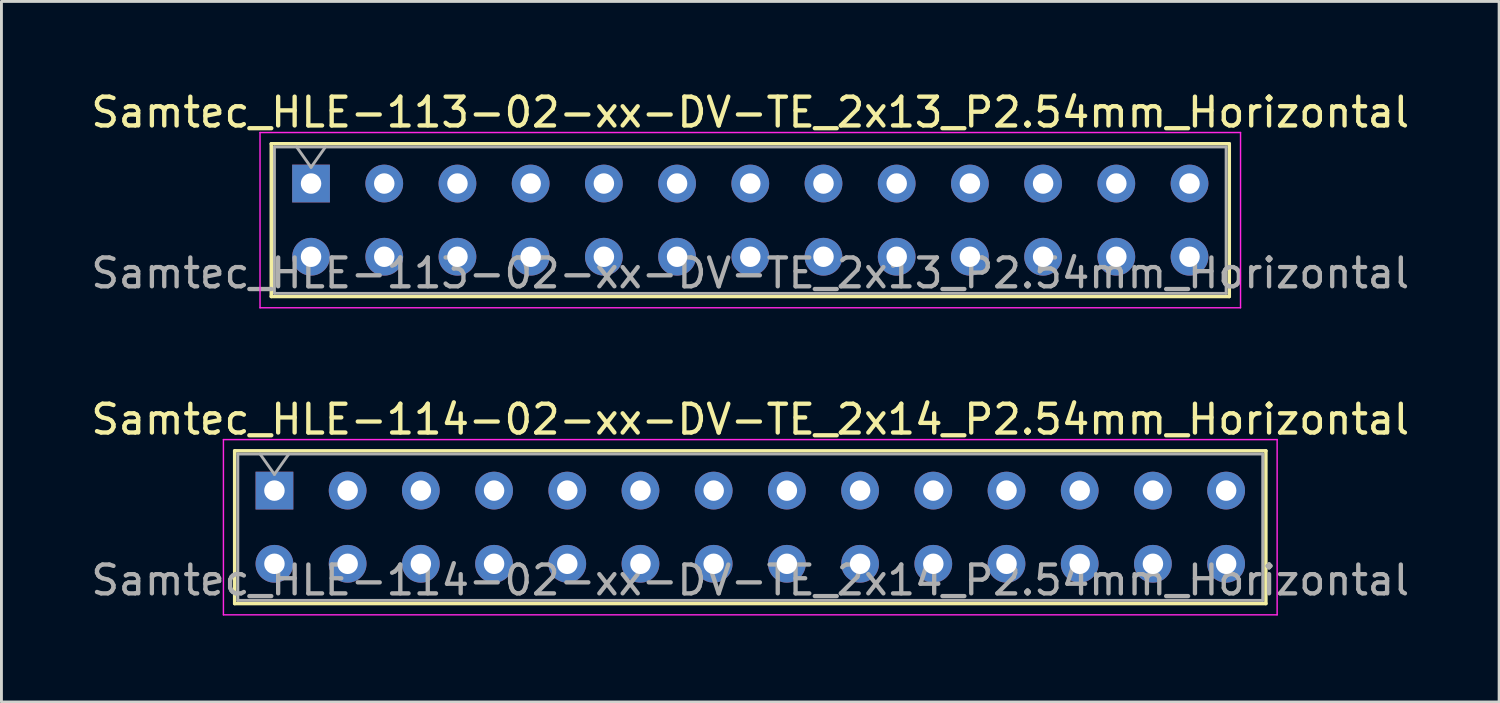
<source format=kicad_pcb>
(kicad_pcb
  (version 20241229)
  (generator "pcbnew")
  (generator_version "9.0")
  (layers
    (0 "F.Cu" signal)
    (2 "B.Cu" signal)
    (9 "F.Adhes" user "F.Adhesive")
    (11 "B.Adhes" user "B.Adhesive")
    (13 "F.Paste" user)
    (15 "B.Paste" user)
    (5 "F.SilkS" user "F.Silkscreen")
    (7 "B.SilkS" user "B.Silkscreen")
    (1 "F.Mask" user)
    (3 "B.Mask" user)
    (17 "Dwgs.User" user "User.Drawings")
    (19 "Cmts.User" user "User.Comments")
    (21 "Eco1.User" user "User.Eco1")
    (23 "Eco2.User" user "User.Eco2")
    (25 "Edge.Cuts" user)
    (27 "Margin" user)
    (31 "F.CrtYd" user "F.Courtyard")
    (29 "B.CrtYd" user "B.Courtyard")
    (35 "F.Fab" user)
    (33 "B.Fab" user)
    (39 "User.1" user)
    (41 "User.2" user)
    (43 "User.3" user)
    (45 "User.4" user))
  (footprint "Samtec_HLE-113-02-xx-DV-TE_2x13_P2.54mm_Horizontal"
    (layer "F.Cu")
    (at 7.742 3.318)
    (property "Reference" "Samtec_HLE-113-02-xx-DV-TE_2x13_P2.54mm_Horizontal" (at 15.24 -2.47 0) (layer "F.SilkS") (effects (font (size 1 1) (thickness 0.15))))
    (attr through_hole)
    (fp_line (start -1.38 -1.38) (end 31.86 -1.38) (stroke (width 0.12) (type solid)) (layer "F.SilkS"))
    (fp_line (start -1.38 3.92) (end -1.38 -1.38) (stroke (width 0.12) (type solid)) (layer "F.SilkS"))
    (fp_line (start 31.86 -1.38) (end 31.86 3.92) (stroke (width 0.12) (type solid)) (layer "F.SilkS"))
    (fp_line (start 31.86 3.92) (end -1.38 3.92) (stroke (width 0.12) (type solid)) (layer "F.SilkS"))
    (fp_line (start -1.77 -1.77) (end 32.25 -1.77) (stroke (width 0.05) (type solid)) (layer "F.CrtYd"))
    (fp_line (start -1.77 4.31) (end -1.77 -1.77) (stroke (width 0.05) (type solid)) (layer "F.CrtYd"))
    (fp_line (start 32.25 -1.77) (end 32.25 4.31) (stroke (width 0.05) (type solid)) (layer "F.CrtYd"))
    (fp_line (start 32.25 4.31) (end -1.77 4.31) (stroke (width 0.05) (type solid)) (layer "F.CrtYd"))
    (fp_line (start -1.27 -1.27) (end 31.75 -1.27) (stroke (width 0.1) (type solid)) (layer "F.Fab"))
    (fp_line (start -1.27 3.81) (end -1.27 -1.27) (stroke (width 0.1) (type solid)) (layer "F.Fab"))
    (fp_line (start -0.5 -1.27) (end 0 -0.563) (stroke (width 0.1) (type solid)) (layer "F.Fab"))
    (fp_line (start 0 -0.563) (end 0.5 -1.27) (stroke (width 0.1) (type solid)) (layer "F.Fab"))
    (fp_line (start 31.75 -1.27) (end 31.75 3.81) (stroke (width 0.1) (type solid)) (layer "F.Fab"))
    (fp_line (start 31.75 3.81) (end -1.27 3.81) (stroke (width 0.1) (type solid)) (layer "F.Fab"))
    (fp_text user "${REFERENCE}" (at 15.24 3.11 0) (layer "F.Fab") (effects (font (size 1 1) (thickness 0.15))))
    (pad "1" thru_hole rect (at 0 0) (size 1.31 1.31) (drill 0.71) (layers "*.Cu" "*.Mask"))
    (pad "2" thru_hole circle (at 0 2.54) (size 1.31 1.31) (drill 0.71) (layers "*.Cu" "*.Mask"))
    (pad "3" thru_hole circle (at 2.54 0) (size 1.31 1.31) (drill 0.71) (layers "*.Cu" "*.Mask"))
    (pad "4" thru_hole circle (at 2.54 2.54) (size 1.31 1.31) (drill 0.71) (layers "*.Cu" "*.Mask"))
    (pad "5" thru_hole circle (at 5.08 0) (size 1.31 1.31) (drill 0.71) (layers "*.Cu" "*.Mask"))
    (pad "6" thru_hole circle (at 5.08 2.54) (size 1.31 1.31) (drill 0.71) (layers "*.Cu" "*.Mask"))
    (pad "7" thru_hole circle (at 7.62 0) (size 1.31 1.31) (drill 0.71) (layers "*.Cu" "*.Mask"))
    (pad "8" thru_hole circle (at 7.62 2.54) (size 1.31 1.31) (drill 0.71) (layers "*.Cu" "*.Mask"))
    (pad "9" thru_hole circle (at 10.16 0) (size 1.31 1.31) (drill 0.71) (layers "*.Cu" "*.Mask"))
    (pad "10" thru_hole circle (at 10.16 2.54) (size 1.31 1.31) (drill 0.71) (layers "*.Cu" "*.Mask"))
    (pad "11" thru_hole circle (at 12.7 0) (size 1.31 1.31) (drill 0.71) (layers "*.Cu" "*.Mask"))
    (pad "12" thru_hole circle (at 12.7 2.54) (size 1.31 1.31) (drill 0.71) (layers "*.Cu" "*.Mask"))
    (pad "13" thru_hole circle (at 15.24 0) (size 1.31 1.31) (drill 0.71) (layers "*.Cu" "*.Mask"))
    (pad "14" thru_hole circle (at 15.24 2.54) (size 1.31 1.31) (drill 0.71) (layers "*.Cu" "*.Mask"))
    (pad "15" thru_hole circle (at 17.78 0) (size 1.31 1.31) (drill 0.71) (layers "*.Cu" "*.Mask"))
    (pad "16" thru_hole circle (at 17.78 2.54) (size 1.31 1.31) (drill 0.71) (layers "*.Cu" "*.Mask"))
    (pad "17" thru_hole circle (at 20.32 0) (size 1.31 1.31) (drill 0.71) (layers "*.Cu" "*.Mask"))
    (pad "18" thru_hole circle (at 20.32 2.54) (size 1.31 1.31) (drill 0.71) (layers "*.Cu" "*.Mask"))
    (pad "19" thru_hole circle (at 22.86 0) (size 1.31 1.31) (drill 0.71) (layers "*.Cu" "*.Mask"))
    (pad "20" thru_hole circle (at 22.86 2.54) (size 1.31 1.31) (drill 0.71) (layers "*.Cu" "*.Mask"))
    (pad "21" thru_hole circle (at 25.4 0) (size 1.31 1.31) (drill 0.71) (layers "*.Cu" "*.Mask"))
    (pad "22" thru_hole circle (at 25.4 2.54) (size 1.31 1.31) (drill 0.71) (layers "*.Cu" "*.Mask"))
    (pad "23" thru_hole circle (at 27.94 0) (size 1.31 1.31) (drill 0.71) (layers "*.Cu" "*.Mask"))
    (pad "24" thru_hole circle (at 27.94 2.54) (size 1.31 1.31) (drill 0.71) (layers "*.Cu" "*.Mask"))
    (pad "25" thru_hole circle (at 30.48 0) (size 1.31 1.31) (drill 0.71) (layers "*.Cu" "*.Mask"))
    (pad "26" thru_hole circle (at 30.48 2.54) (size 1.31 1.31) (drill 0.71) (layers "*.Cu" "*.Mask")))
  (footprint "Samtec_HLE-114-02-xx-DV-TE_2x14_P2.54mm_Horizontal"
    (layer "F.Cu")
    (at 6.472 13.972)
    (property "Reference" "Samtec_HLE-114-02-xx-DV-TE_2x14_P2.54mm_Horizontal" (at 16.51 -2.47 0) (layer "F.SilkS") (effects (font (size 1 1) (thickness 0.15))))
    (attr through_hole)
    (fp_line (start -1.38 -1.38) (end 34.4 -1.38) (stroke (width 0.12) (type solid)) (layer "F.SilkS"))
    (fp_line (start -1.38 3.92) (end -1.38 -1.38) (stroke (width 0.12) (type solid)) (layer "F.SilkS"))
    (fp_line (start 34.4 -1.38) (end 34.4 3.92) (stroke (width 0.12) (type solid)) (layer "F.SilkS"))
    (fp_line (start 34.4 3.92) (end -1.38 3.92) (stroke (width 0.12) (type solid)) (layer "F.SilkS"))
    (fp_line (start -1.77 -1.77) (end 34.79 -1.77) (stroke (width 0.05) (type solid)) (layer "F.CrtYd"))
    (fp_line (start -1.77 4.31) (end -1.77 -1.77) (stroke (width 0.05) (type solid)) (layer "F.CrtYd"))
    (fp_line (start 34.79 -1.77) (end 34.79 4.31) (stroke (width 0.05) (type solid)) (layer "F.CrtYd"))
    (fp_line (start 34.79 4.31) (end -1.77 4.31) (stroke (width 0.05) (type solid)) (layer "F.CrtYd"))
    (fp_line (start -1.27 -1.27) (end 34.29 -1.27) (stroke (width 0.1) (type solid)) (layer "F.Fab"))
    (fp_line (start -1.27 3.81) (end -1.27 -1.27) (stroke (width 0.1) (type solid)) (layer "F.Fab"))
    (fp_line (start -0.5 -1.27) (end 0 -0.563) (stroke (width 0.1) (type solid)) (layer "F.Fab"))
    (fp_line (start 0 -0.563) (end 0.5 -1.27) (stroke (width 0.1) (type solid)) (layer "F.Fab"))
    (fp_line (start 34.29 -1.27) (end 34.29 3.81) (stroke (width 0.1) (type solid)) (layer "F.Fab"))
    (fp_line (start 34.29 3.81) (end -1.27 3.81) (stroke (width 0.1) (type solid)) (layer "F.Fab"))
    (fp_text user "${REFERENCE}" (at 16.51 3.11 0) (layer "F.Fab") (effects (font (size 1 1) (thickness 0.15))))
    (pad "1" thru_hole rect (at 0 0) (size 1.31 1.31) (drill 0.71) (layers "*.Cu" "*.Mask"))
    (pad "2" thru_hole circle (at 0 2.54) (size 1.31 1.31) (drill 0.71) (layers "*.Cu" "*.Mask"))
    (pad "3" thru_hole circle (at 2.54 0) (size 1.31 1.31) (drill 0.71) (layers "*.Cu" "*.Mask"))
    (pad "4" thru_hole circle (at 2.54 2.54) (size 1.31 1.31) (drill 0.71) (layers "*.Cu" "*.Mask"))
    (pad "5" thru_hole circle (at 5.08 0) (size 1.31 1.31) (drill 0.71) (layers "*.Cu" "*.Mask"))
    (pad "6" thru_hole circle (at 5.08 2.54) (size 1.31 1.31) (drill 0.71) (layers "*.Cu" "*.Mask"))
    (pad "7" thru_hole circle (at 7.62 0) (size 1.31 1.31) (drill 0.71) (layers "*.Cu" "*.Mask"))
    (pad "8" thru_hole circle (at 7.62 2.54) (size 1.31 1.31) (drill 0.71) (layers "*.Cu" "*.Mask"))
    (pad "9" thru_hole circle (at 10.16 0) (size 1.31 1.31) (drill 0.71) (layers "*.Cu" "*.Mask"))
    (pad "10" thru_hole circle (at 10.16 2.54) (size 1.31 1.31) (drill 0.71) (layers "*.Cu" "*.Mask"))
    (pad "11" thru_hole circle (at 12.7 0) (size 1.31 1.31) (drill 0.71) (layers "*.Cu" "*.Mask"))
    (pad "12" thru_hole circle (at 12.7 2.54) (size 1.31 1.31) (drill 0.71) (layers "*.Cu" "*.Mask"))
    (pad "13" thru_hole circle (at 15.24 0) (size 1.31 1.31) (drill 0.71) (layers "*.Cu" "*.Mask"))
    (pad "14" thru_hole circle (at 15.24 2.54) (size 1.31 1.31) (drill 0.71) (layers "*.Cu" "*.Mask"))
    (pad "15" thru_hole circle (at 17.78 0) (size 1.31 1.31) (drill 0.71) (layers "*.Cu" "*.Mask"))
    (pad "16" thru_hole circle (at 17.78 2.54) (size 1.31 1.31) (drill 0.71) (layers "*.Cu" "*.Mask"))
    (pad "17" thru_hole circle (at 20.32 0) (size 1.31 1.31) (drill 0.71) (layers "*.Cu" "*.Mask"))
    (pad "18" thru_hole circle (at 20.32 2.54) (size 1.31 1.31) (drill 0.71) (layers "*.Cu" "*.Mask"))
    (pad "19" thru_hole circle (at 22.86 0) (size 1.31 1.31) (drill 0.71) (layers "*.Cu" "*.Mask"))
    (pad "20" thru_hole circle (at 22.86 2.54) (size 1.31 1.31) (drill 0.71) (layers "*.Cu" "*.Mask"))
    (pad "21" thru_hole circle (at 25.4 0) (size 1.31 1.31) (drill 0.71) (layers "*.Cu" "*.Mask"))
    (pad "22" thru_hole circle (at 25.4 2.54) (size 1.31 1.31) (drill 0.71) (layers "*.Cu" "*.Mask"))
    (pad "23" thru_hole circle (at 27.94 0) (size 1.31 1.31) (drill 0.71) (layers "*.Cu" "*.Mask"))
    (pad "24" thru_hole circle (at 27.94 2.54) (size 1.31 1.31) (drill 0.71) (layers "*.Cu" "*.Mask"))
    (pad "25" thru_hole circle (at 30.48 0) (size 1.31 1.31) (drill 0.71) (layers "*.Cu" "*.Mask"))
    (pad "26" thru_hole circle (at 30.48 2.54) (size 1.31 1.31) (drill 0.71) (layers "*.Cu" "*.Mask"))
    (pad "27" thru_hole circle (at 33.02 0) (size 1.31 1.31) (drill 0.71) (layers "*.Cu" "*.Mask"))
    (pad "28" thru_hole circle (at 33.02 2.54) (size 1.31 1.31) (drill 0.71) (layers "*.Cu" "*.Mask")))
  (gr_rect
    (start -3 -3)
    (end 48.964 21.306)
    (stroke (width 0.1) (type default))
    (fill no)
    (layer "Edge.Cuts")))
</source>
